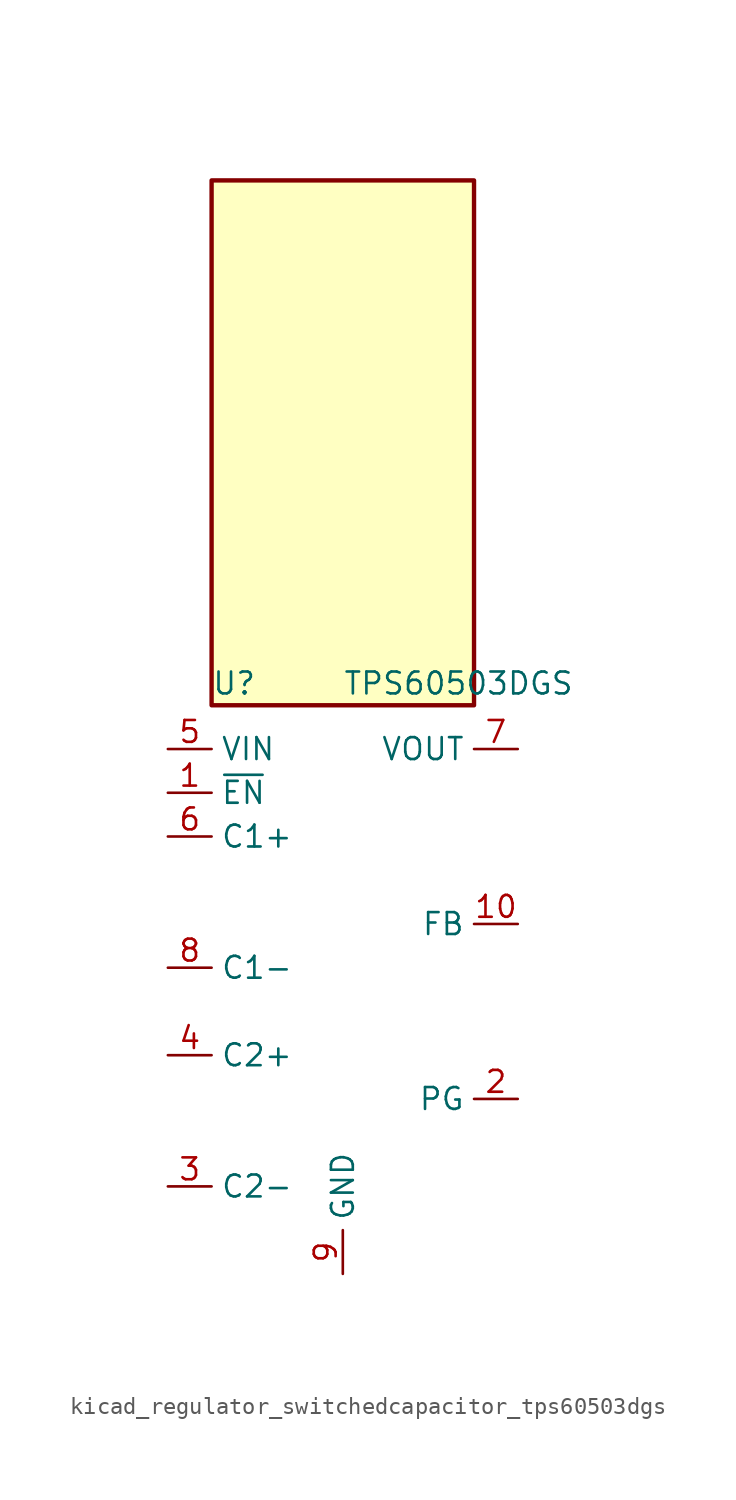
<source format=kicad_sym>
(kicad_symbol_lib
  (version 20220914)
  (generator kicad_symbol_editor)
  (symbol "kicad_regulator_switchedcapacitor_tps60503dgs"
    (property "Reference" "U"
      (at -7.62 16.51 0)
      (effects (font (size 1.27 1.27)) (justify left)))
    (property "Value" "TPS60503DGS"
      (at 0 16.51 0)
      (effects (font (size 1.27 1.27)) (justify left)))
    (symbol "kicad_regulator_switchedcapacitor_tps60503dgs_0_1"
      (rectangle (start 7.62 45.72) (end -7.62 15.24) (stroke (width 0.254) (type default)) (fill (type background))))
    (symbol "kicad_regulator_switchedcapacitor_tps60503dgs_1_1"
      (pin input line (at -10.16 10.16 0) (length 2.54) (name "~{EN}" (effects (font (size 1.27 1.27)))) (number "1" (effects (font (size 1.27 1.27)))))
      (pin input line (at 10.16 2.54 180) (length 2.54) (name "FB" (effects (font (size 1.27 1.27)))) (number "10" (effects (font (size 1.27 1.27)))))
      (pin open_collector line (at 10.16 -7.62 180) (length 2.54) (name "PG" (effects (font (size 1.27 1.27)))) (number "2" (effects (font (size 1.27 1.27)))))
      (pin passive line (at -10.16 -12.7 0) (length 2.54) (name "C2-" (effects (font (size 1.27 1.27)))) (number "3" (effects (font (size 1.27 1.27)))))
      (pin passive line (at -10.16 -5.08 0) (length 2.54) (name "C2+" (effects (font (size 1.27 1.27)))) (number "4" (effects (font (size 1.27 1.27)))))
      (pin power_in line (at -10.16 12.7 0) (length 2.54) (name "VIN" (effects (font (size 1.27 1.27)))) (number "5" (effects (font (size 1.27 1.27)))))
      (pin passive line (at -10.16 7.62 0) (length 2.54) (name "C1+" (effects (font (size 1.27 1.27)))) (number "6" (effects (font (size 1.27 1.27)))))
      (pin power_out line (at 10.16 12.7 180) (length 2.54) (name "VOUT" (effects (font (size 1.27 1.27)))) (number "7" (effects (font (size 1.27 1.27)))))
      (pin passive line (at -10.16 0 0) (length 2.54) (name "C1-" (effects (font (size 1.27 1.27)))) (number "8" (effects (font (size 1.27 1.27)))))
      (pin power_in line (at 0 -17.78 90) (length 2.54) (name "GND" (effects (font (size 1.27 1.27)))) (number "9" (effects (font (size 1.27 1.27))))))))
</source>
